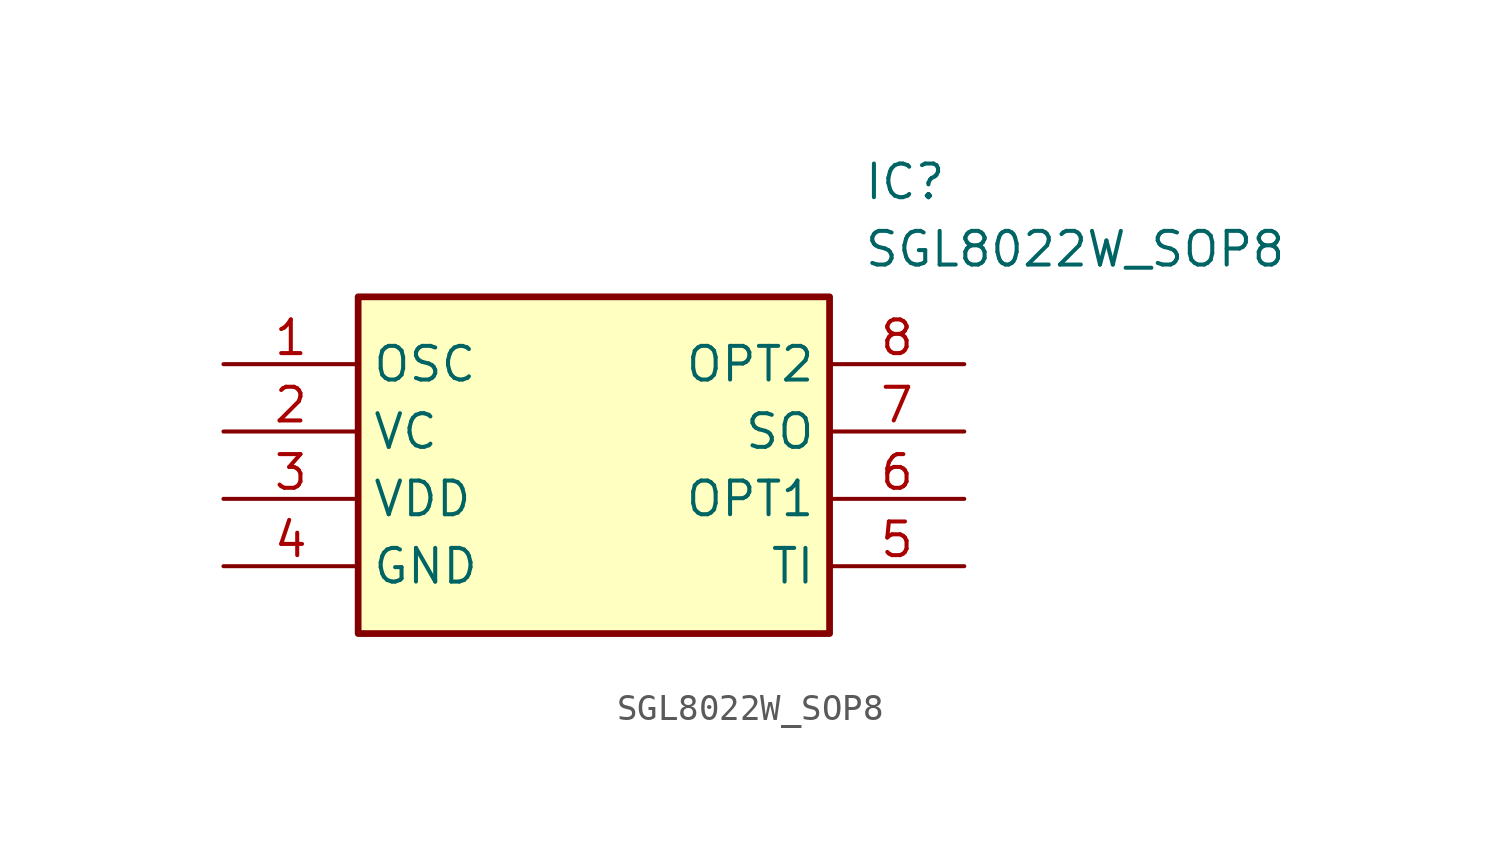
<source format=kicad_sym>
(kicad_symbol_lib
  (version 20211014)
  (generator SamacSys_ECAD_Model)
  (symbol "SGL8022W_SOP8"
    (property "Reference" "IC"
      (at 24.13 7.62 0)
      (effects (font (size 1.27 1.27)) (justify left top)))
    (property "Value" "SGL8022W_SOP8"
      (at 24.13 5.08 0)
      (effects (font (size 1.27 1.27)) (justify left top)))
    (rectangle
      (start 5.08 2.54)
      (end 22.86 -10.16)
      (stroke (width 0.254) (type default))
      (fill (type background)))
    (pin passive line
      (at 0 0 0)
      (length 5.08)
      (name "OSC" (effects (font (size 1.27 1.27))))
      (number "1" (effects (font (size 1.27 1.27)))))
    (pin passive line
      (at 0 -2.54 0)
      (length 5.08)
      (name "VC" (effects (font (size 1.27 1.27))))
      (number "2" (effects (font (size 1.27 1.27)))))
    (pin passive line
      (at 0 -5.08 0)
      (length 5.08)
      (name "VDD" (effects (font (size 1.27 1.27))))
      (number "3" (effects (font (size 1.27 1.27)))))
    (pin passive line
      (at 0 -7.62 0)
      (length 5.08)
      (name "GND" (effects (font (size 1.27 1.27))))
      (number "4" (effects (font (size 1.27 1.27)))))
    (pin passive line
      (at 27.94 0 180)
      (length 5.08)
      (name "OPT2" (effects (font (size 1.27 1.27))))
      (number "8" (effects (font (size 1.27 1.27)))))
    (pin passive line
      (at 27.94 -2.54 180)
      (length 5.08)
      (name "SO" (effects (font (size 1.27 1.27))))
      (number "7" (effects (font (size 1.27 1.27)))))
    (pin passive line
      (at 27.94 -5.08 180)
      (length 5.08)
      (name "OPT1" (effects (font (size 1.27 1.27))))
      (number "6" (effects (font (size 1.27 1.27)))))
    (pin passive line
      (at 27.94 -7.62 180)
      (length 5.08)
      (name "TI" (effects (font (size 1.27 1.27))))
      (number "5" (effects (font (size 1.27 1.27)))))))
</source>
